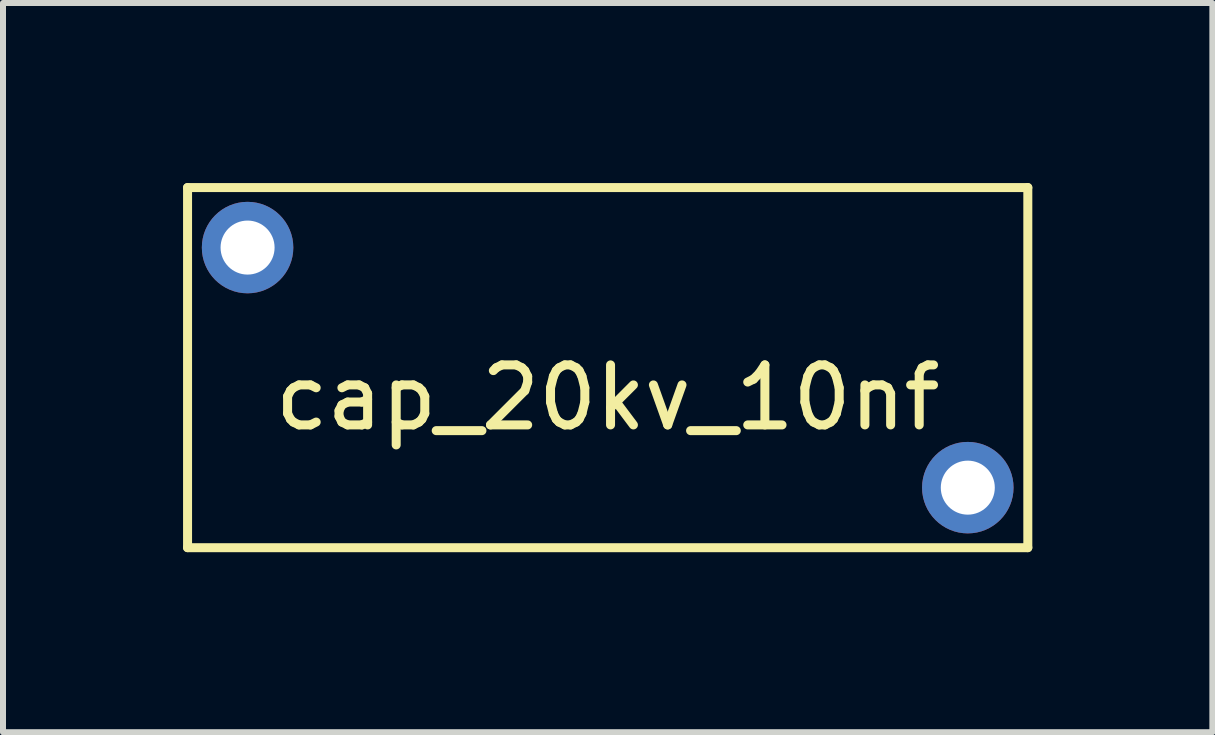
<source format=kicad_pcb>
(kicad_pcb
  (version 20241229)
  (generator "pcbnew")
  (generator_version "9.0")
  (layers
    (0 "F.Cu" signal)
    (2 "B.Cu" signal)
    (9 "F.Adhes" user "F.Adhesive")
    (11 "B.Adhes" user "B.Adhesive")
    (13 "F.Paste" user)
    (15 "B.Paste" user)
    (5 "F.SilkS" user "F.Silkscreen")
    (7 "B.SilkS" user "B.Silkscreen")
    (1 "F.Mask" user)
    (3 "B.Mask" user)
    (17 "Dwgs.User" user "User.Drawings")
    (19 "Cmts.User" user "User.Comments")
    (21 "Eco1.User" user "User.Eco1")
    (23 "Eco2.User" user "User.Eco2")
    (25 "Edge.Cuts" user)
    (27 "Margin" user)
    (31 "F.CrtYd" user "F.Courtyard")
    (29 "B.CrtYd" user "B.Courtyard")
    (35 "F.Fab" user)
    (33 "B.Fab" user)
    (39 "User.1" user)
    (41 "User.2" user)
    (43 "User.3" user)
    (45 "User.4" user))
  (footprint "cap_20kv_10nf"
    (layer "F.Cu")
    (at 7.075 3.075)
    (property "Reference" "cap_20kv_10nf" (at 0 0.5 0) (layer "F.SilkS") (effects (font (size 1 1) (thickness 0.15))))
    (attr through_hole)
    (fp_line (start -7 -3) (end 7 -3) (stroke (width 0.15) (type solid)) (layer "F.SilkS"))
    (fp_line (start -7 3) (end -7 -3) (stroke (width 0.15) (type solid)) (layer "F.SilkS"))
    (fp_line (start 7 -3) (end 7 3) (stroke (width 0.15) (type solid)) (layer "F.SilkS"))
    (fp_line (start 7 3) (end -7 3) (stroke (width 0.15) (type solid)) (layer "F.SilkS"))
    (pad "1" thru_hole circle (at -6 -2) (size 1.524 1.524) (drill 0.9) (layers "*.Cu" "*.Mask"))
    (pad "2" thru_hole circle (at 6 2) (size 1.524 1.524) (drill 0.9) (layers "*.Cu" "*.Mask")))
  (gr_rect
    (start -3 -3)
    (end 17.15 9.15)
    (stroke (width 0.1) (type default))
    (fill no)
    (layer "Edge.Cuts")))
</source>
